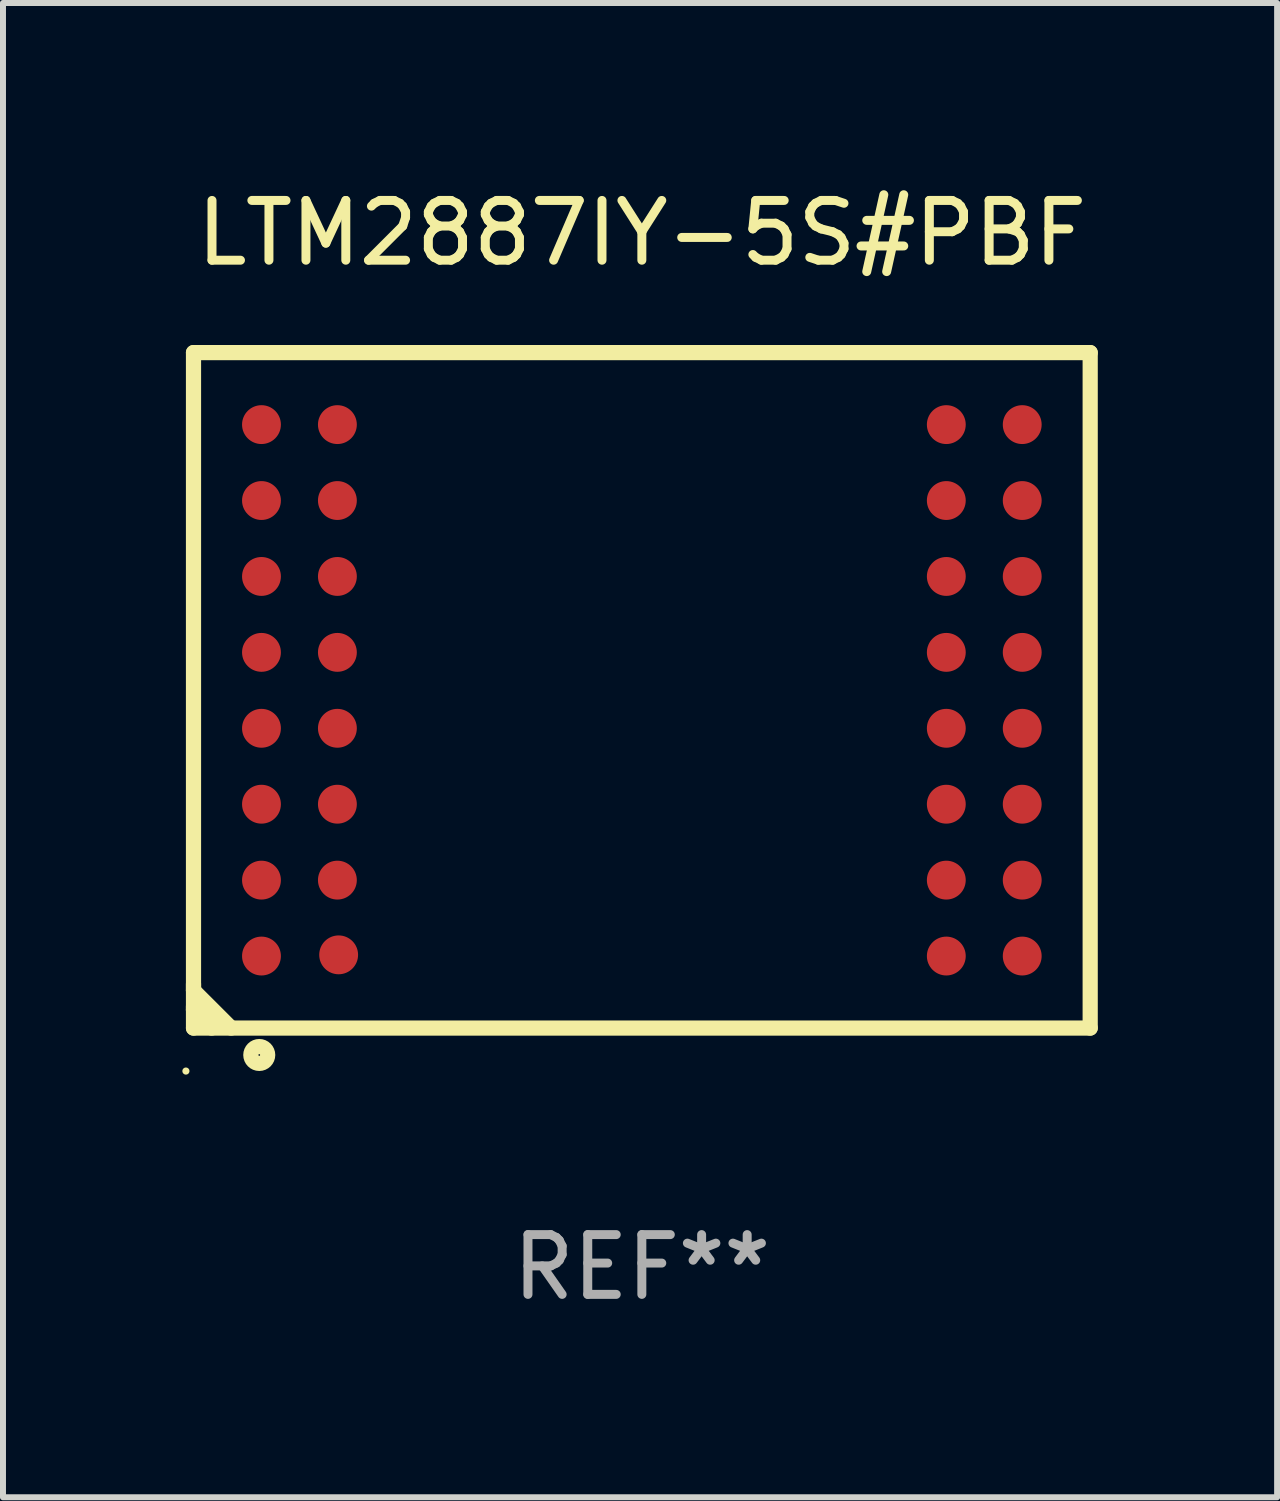
<source format=kicad_pcb>
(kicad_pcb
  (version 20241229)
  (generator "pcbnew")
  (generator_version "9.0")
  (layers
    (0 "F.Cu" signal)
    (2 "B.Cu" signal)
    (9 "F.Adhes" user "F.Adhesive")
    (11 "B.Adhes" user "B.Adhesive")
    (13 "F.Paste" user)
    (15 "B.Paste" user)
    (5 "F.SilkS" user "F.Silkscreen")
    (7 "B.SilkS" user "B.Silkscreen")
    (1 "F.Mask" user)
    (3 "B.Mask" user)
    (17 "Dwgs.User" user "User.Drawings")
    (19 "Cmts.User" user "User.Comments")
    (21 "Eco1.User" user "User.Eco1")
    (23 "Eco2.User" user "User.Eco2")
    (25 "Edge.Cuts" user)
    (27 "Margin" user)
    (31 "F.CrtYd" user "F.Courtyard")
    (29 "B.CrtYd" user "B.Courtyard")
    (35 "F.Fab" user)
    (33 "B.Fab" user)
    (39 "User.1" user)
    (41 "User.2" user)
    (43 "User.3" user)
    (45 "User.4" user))
  (footprint "LTM2887IY-5S#PBF"
    (layer "F.Cu")
    (at 7.687 8.498)
    (property "Reference" "LTM2887IY-5S#PBF" (at 0 -7.65 0) (layer "F.SilkS") (effects (font (size 1 1) (thickness 0.15))))
    (attr through_hole)
    (fp_line (start -7.5 -5.65) (end -7.5 5.65) (stroke (width 0.254) (type solid)) (layer "F.SilkS"))
    (fp_line (start -7.5 -5.65) (end 7.5 -5.65) (stroke (width 0.254) (type solid)) (layer "F.SilkS"))
    (fp_line (start -7.5 4.911) (end -7.5 5.02) (stroke (width 0.254) (type solid)) (layer "F.SilkS"))
    (fp_line (start -7.5 5.02) (end -6.87 5.65) (stroke (width 0.254) (type solid)) (layer "F.SilkS"))
    (fp_line (start -7.5 5.286) (end -7.5 5.347) (stroke (width 0.254) (type solid)) (layer "F.SilkS"))
    (fp_line (start -7.5 5.347) (end -7.197 5.65) (stroke (width 0.254) (type solid)) (layer "F.SilkS"))
    (fp_line (start -7.5 5.65) (end 7.5 5.65) (stroke (width 0.254) (type solid)) (layer "F.SilkS"))
    (fp_line (start 7.5 -5.65) (end 7.5 5.65) (stroke (width 0.254) (type solid)) (layer "F.SilkS"))
    (fp_circle (center -7.627 6.369) (end -7.597 6.369) (stroke (width 0.06) (type solid)) (fill no) (layer "F.SilkS"))
    (fp_circle (center -6.4 6.1) (end -6.259 6.1) (stroke (width 0.254) (type solid)) (fill no) (layer "F.SilkS"))
    (fp_text user "REF**" (at 0 9.65 0) (layer "F.Fab") (effects (font (size 1 1) (thickness 0.15))))
    (pad "A1" smd circle (at -6.363 4.445) (size 0.65 0.65) (layers "F.Cu" "F.Mask" "F.Paste"))
    (pad "A2" smd circle (at -6.363 3.175) (size 0.65 0.65) (layers "F.Cu" "F.Mask" "F.Paste"))
    (pad "A3" smd circle (at -6.363 1.905) (size 0.65 0.65) (layers "F.Cu" "F.Mask" "F.Paste"))
    (pad "A4" smd circle (at -6.363 0.635) (size 0.65 0.65) (layers "F.Cu" "F.Mask" "F.Paste"))
    (pad "A5" smd circle (at -6.363 -0.635) (size 0.65 0.65) (layers "F.Cu" "F.Mask" "F.Paste"))
    (pad "A6" smd circle (at -6.363 -1.905) (size 0.65 0.65) (layers "F.Cu" "F.Mask" "F.Paste"))
    (pad "A7" smd circle (at -6.363 -3.175) (size 0.65 0.65) (layers "F.Cu" "F.Mask" "F.Paste"))
    (pad "A8" smd circle (at -6.363 -4.445) (size 0.65 0.65) (layers "F.Cu" "F.Mask" "F.Paste"))
    (pad "B1" smd circle (at -5.072 4.425) (size 0.65 0.65) (layers "F.Cu" "F.Mask" "F.Paste"))
    (pad "B2" smd circle (at -5.093 3.175) (size 0.65 0.65) (layers "F.Cu" "F.Mask" "F.Paste"))
    (pad "B3" smd circle (at -5.093 1.905) (size 0.65 0.65) (layers "F.Cu" "F.Mask" "F.Paste"))
    (pad "B4" smd circle (at -5.093 0.635) (size 0.65 0.65) (layers "F.Cu" "F.Mask" "F.Paste"))
    (pad "B5" smd circle (at -5.093 -0.635) (size 0.65 0.65) (layers "F.Cu" "F.Mask" "F.Paste"))
    (pad "B6" smd circle (at -5.093 -1.905) (size 0.65 0.65) (layers "F.Cu" "F.Mask" "F.Paste"))
    (pad "B7" smd circle (at -5.093 -3.175) (size 0.65 0.65) (layers "F.Cu" "F.Mask" "F.Paste"))
    (pad "B8" smd circle (at -5.093 -4.445) (size 0.65 0.65) (layers "F.Cu" "F.Mask" "F.Paste"))
    (pad "K1" smd circle (at 5.093 4.445) (size 0.65 0.65) (layers "F.Cu" "F.Mask" "F.Paste"))
    (pad "K2" smd circle (at 5.093 3.175) (size 0.65 0.65) (layers "F.Cu" "F.Mask" "F.Paste"))
    (pad "K3" smd circle (at 5.093 1.905) (size 0.65 0.65) (layers "F.Cu" "F.Mask" "F.Paste"))
    (pad "K4" smd circle (at 5.093 0.635) (size 0.65 0.65) (layers "F.Cu" "F.Mask" "F.Paste"))
    (pad "K5" smd circle (at 5.093 -0.635) (size 0.65 0.65) (layers "F.Cu" "F.Mask" "F.Paste"))
    (pad "K6" smd circle (at 5.093 -1.905) (size 0.65 0.65) (layers "F.Cu" "F.Mask" "F.Paste"))
    (pad "K7" smd circle (at 5.093 -3.175) (size 0.65 0.65) (layers "F.Cu" "F.Mask" "F.Paste"))
    (pad "K8" smd circle (at 5.093 -4.445) (size 0.65 0.65) (layers "F.Cu" "F.Mask" "F.Paste"))
    (pad "L1" smd circle (at 6.363 4.445) (size 0.65 0.65) (layers "F.Cu" "F.Mask" "F.Paste"))
    (pad "L2" smd circle (at 6.363 3.175) (size 0.65 0.65) (layers "F.Cu" "F.Mask" "F.Paste"))
    (pad "L3" smd circle (at 6.363 1.905) (size 0.65 0.65) (layers "F.Cu" "F.Mask" "F.Paste"))
    (pad "L4" smd circle (at 6.363 0.635) (size 0.65 0.65) (layers "F.Cu" "F.Mask" "F.Paste"))
    (pad "L5" smd circle (at 6.363 -0.635) (size 0.65 0.65) (layers "F.Cu" "F.Mask" "F.Paste"))
    (pad "L6" smd circle (at 6.363 -1.905) (size 0.65 0.65) (layers "F.Cu" "F.Mask" "F.Paste"))
    (pad "L7" smd circle (at 6.363 -3.175) (size 0.65 0.65) (layers "F.Cu" "F.Mask" "F.Paste"))
    (pad "L8" smd circle (at 6.363 -4.445) (size 0.65 0.65) (layers "F.Cu" "F.Mask" "F.Paste")))
  (gr_rect
    (start -3 -3)
    (end 18.314 21.997)
    (stroke (width 0.1) (type default))
    (fill no)
    (layer "Edge.Cuts")))
</source>
